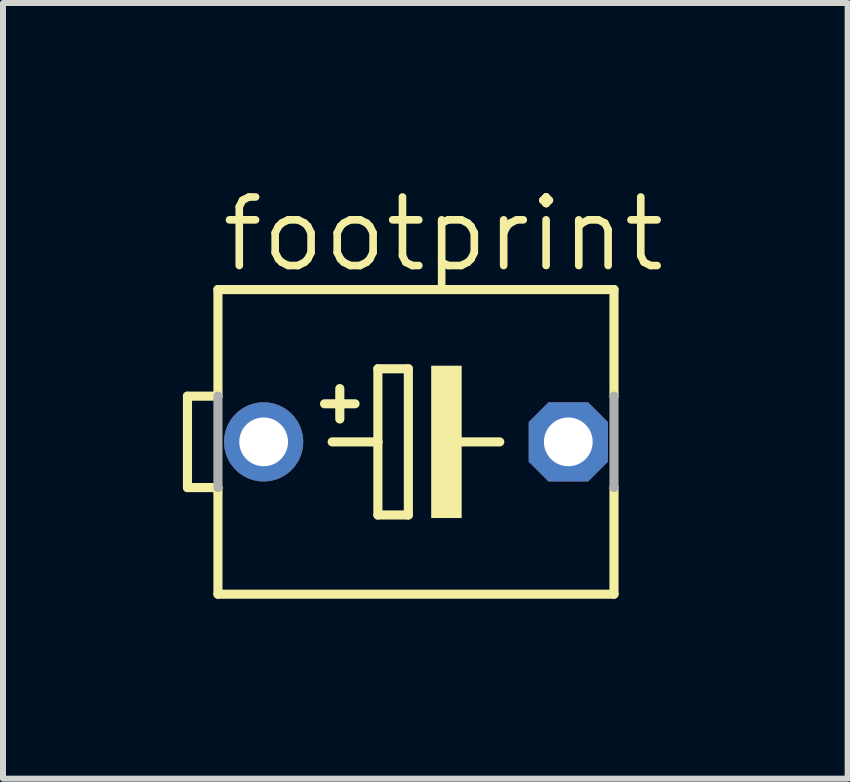
<source format=kicad_pcb>
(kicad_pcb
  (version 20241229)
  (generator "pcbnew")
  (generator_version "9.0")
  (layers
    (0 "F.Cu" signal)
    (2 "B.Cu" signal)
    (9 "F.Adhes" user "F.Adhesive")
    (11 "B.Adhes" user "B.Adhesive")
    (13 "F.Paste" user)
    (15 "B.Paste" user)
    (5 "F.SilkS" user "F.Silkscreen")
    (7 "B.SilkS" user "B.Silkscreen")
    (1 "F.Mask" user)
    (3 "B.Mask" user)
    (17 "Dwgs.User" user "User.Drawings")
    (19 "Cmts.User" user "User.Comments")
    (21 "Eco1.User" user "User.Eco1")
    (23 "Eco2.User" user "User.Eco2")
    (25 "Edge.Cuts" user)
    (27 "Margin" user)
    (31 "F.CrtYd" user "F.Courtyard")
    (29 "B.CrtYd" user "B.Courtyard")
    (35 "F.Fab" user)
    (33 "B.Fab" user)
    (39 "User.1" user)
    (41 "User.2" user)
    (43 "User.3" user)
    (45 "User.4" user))
  (footprint "footprint"
    (layer "F.Cu")
    (at 3.886 4.318)
    (property "Reference" "footprint" (at -3.302 -2.794 0) (layer "F.SilkS") (effects (font (size 1.143 1.143) (thickness 0.127)) (justify left bottom)))
    (fp_line (start -3.81 -0.762) (end -3.81 0.762) (stroke (width 0.152) (type solid)) (layer "F.SilkS"))
    (fp_line (start -3.81 0.762) (end -3.302 0.762) (stroke (width 0.152) (type solid)) (layer "F.SilkS"))
    (fp_line (start -3.302 -0.762) (end -3.81 -0.762) (stroke (width 0.152) (type solid)) (layer "F.SilkS"))
    (fp_line (start -3.302 -0.762) (end -3.302 -2.54) (stroke (width 0.152) (type solid)) (layer "F.SilkS"))
    (fp_line (start -3.302 2.54) (end -3.302 0.762) (stroke (width 0.152) (type solid)) (layer "F.SilkS"))
    (fp_line (start -3.302 2.54) (end 3.302 2.54) (stroke (width 0.152) (type solid)) (layer "F.SilkS"))
    (fp_line (start -1.524 -0.635) (end -1.016 -0.635) (stroke (width 0.152) (type solid)) (layer "F.SilkS"))
    (fp_line (start -1.397 0) (end -0.635 0) (stroke (width 0.152) (type solid)) (layer "F.SilkS"))
    (fp_line (start -1.27 -0.889) (end -1.27 -0.381) (stroke (width 0.152) (type solid)) (layer "F.SilkS"))
    (fp_line (start -0.635 -1.219) (end -0.635 0) (stroke (width 0.152) (type solid)) (layer "F.SilkS"))
    (fp_line (start -0.635 0) (end -0.635 1.219) (stroke (width 0.152) (type solid)) (layer "F.SilkS"))
    (fp_line (start -0.635 1.219) (end -0.127 1.219) (stroke (width 0.152) (type solid)) (layer "F.SilkS"))
    (fp_line (start -0.127 -1.219) (end -0.635 -1.219) (stroke (width 0.152) (type solid)) (layer "F.SilkS"))
    (fp_line (start -0.127 1.219) (end -0.127 -1.219) (stroke (width 0.152) (type solid)) (layer "F.SilkS"))
    (fp_line (start 0.635 0) (end 1.397 0) (stroke (width 0.152) (type solid)) (layer "F.SilkS"))
    (fp_line (start 3.302 -2.54) (end -3.302 -2.54) (stroke (width 0.152) (type solid)) (layer "F.SilkS"))
    (fp_line (start 3.302 -0.762) (end 3.302 -2.54) (stroke (width 0.152) (type solid)) (layer "F.SilkS"))
    (fp_line (start 3.302 2.54) (end 3.302 0.762) (stroke (width 0.152) (type solid)) (layer "F.SilkS"))
    (fp_poly (pts (xy 0.254 1.27) (xy 0.762 1.27) (xy 0.762 -1.27) (xy 0.254 -1.27)) (stroke (width 0) (type solid)) (fill yes) (layer "F.SilkS"))
    (fp_line (start -3.302 0.762) (end -3.302 -0.762) (stroke (width 0.152) (type solid)) (layer "F.Fab"))
    (fp_line (start 3.302 -0.762) (end 3.302 0.762) (stroke (width 0.152) (type solid)) (layer "F.Fab"))
    (pad "+" thru_hole circle (at -2.54 0) (size 1.321 1.321) (drill 0.813) (layers "*.Cu" "*.Mask"))
    (pad "-" thru_hole roundrect (at 2.54 0) (size 1.321 1.321) (drill 0.813) (layers "*.Cu" "*.Mask") (roundrect_rratio 0.25) (chamfer_ratio 0.25) (chamfer top_left top_right bottom_left bottom_right)))
  (gr_rect
    (start -3 -3)
    (end 11.084 9.934)
    (stroke (width 0.1) (type default))
    (fill no)
    (layer "Edge.Cuts")))
</source>
